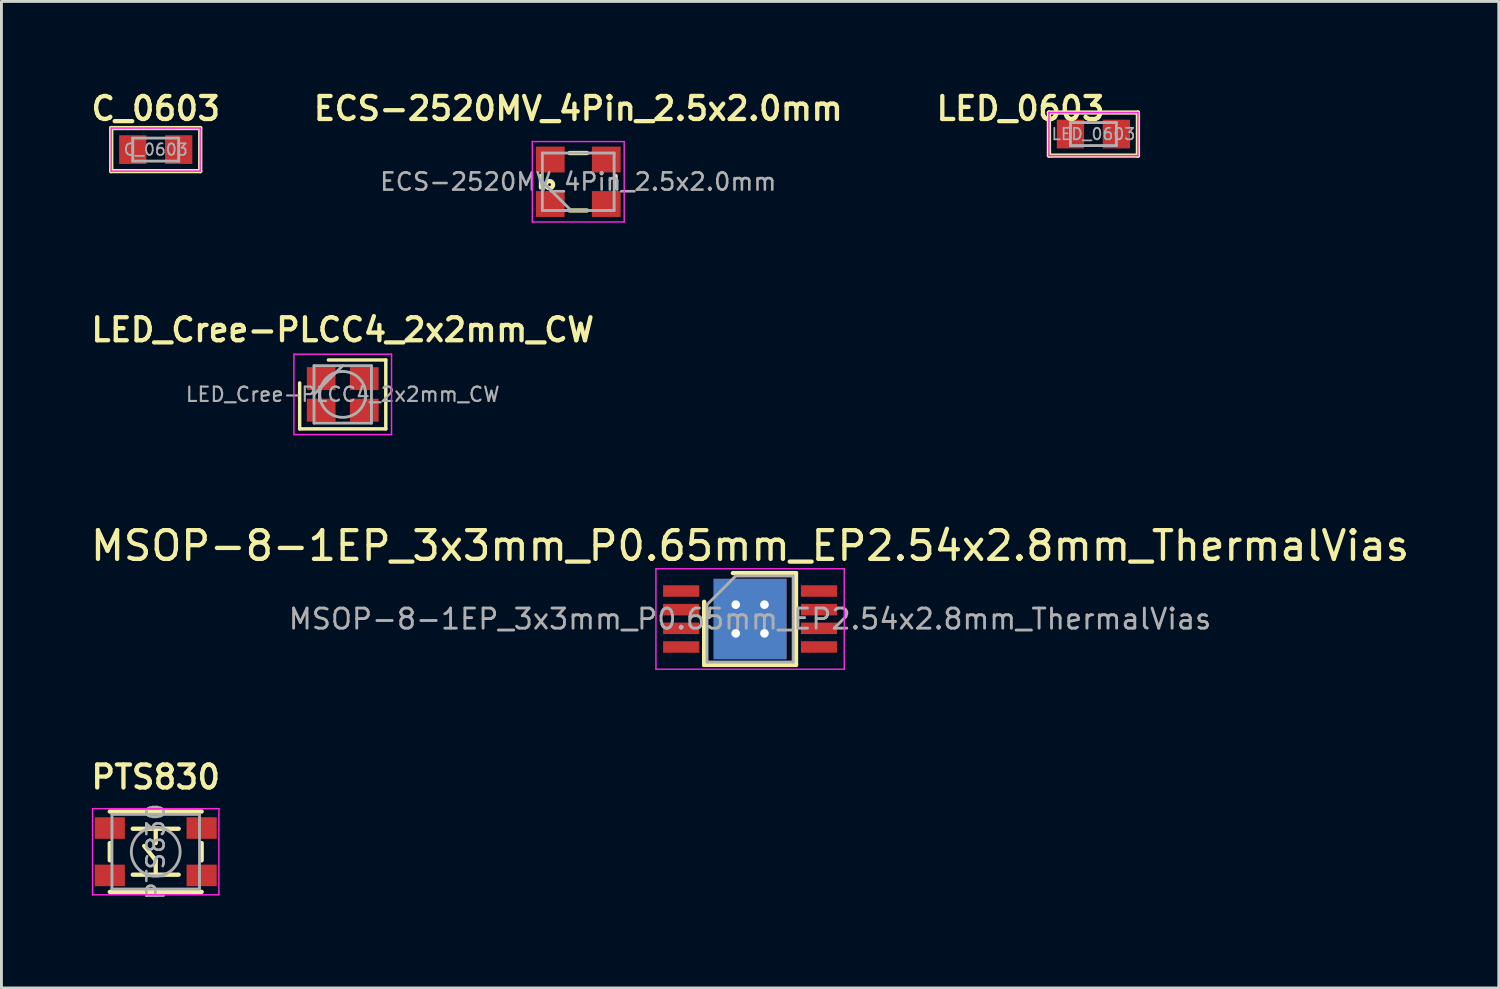
<source format=kicad_pcb>
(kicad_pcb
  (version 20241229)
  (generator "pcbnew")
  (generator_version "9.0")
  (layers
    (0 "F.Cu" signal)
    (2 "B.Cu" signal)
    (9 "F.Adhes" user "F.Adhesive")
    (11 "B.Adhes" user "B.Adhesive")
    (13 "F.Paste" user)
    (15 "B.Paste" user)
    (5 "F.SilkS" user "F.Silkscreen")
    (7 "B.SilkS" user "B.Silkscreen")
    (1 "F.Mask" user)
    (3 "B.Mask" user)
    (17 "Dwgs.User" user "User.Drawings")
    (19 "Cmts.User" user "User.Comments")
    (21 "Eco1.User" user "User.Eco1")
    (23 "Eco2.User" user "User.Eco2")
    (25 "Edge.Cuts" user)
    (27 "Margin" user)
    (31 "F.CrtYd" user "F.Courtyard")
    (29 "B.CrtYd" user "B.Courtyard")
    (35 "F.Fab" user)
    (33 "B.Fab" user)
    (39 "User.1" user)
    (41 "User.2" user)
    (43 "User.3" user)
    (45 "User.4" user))
  (footprint "ECS-2520MV_4Pin_2.5x2.0mm"
    (layer "F.Cu")
    (at 17.092 3.281)
    (property "Reference" "ECS-2520MV_4Pin_2.5x2.0mm" (at 0 -2.55 0) (layer "F.SilkS") (effects (font (size 0.8 0.8) (thickness 0.15))))
    (attr smd)
    (fp_line (start -1.3 -0.2) (end -1.3 0.2) (stroke (width 0.15) (type solid)) (layer "F.SilkS"))
    (fp_line (start -0.3 -1) (end 0.3 -1) (stroke (width 0.15) (type solid)) (layer "F.SilkS"))
    (fp_line (start -0.3 1) (end 0.3 1) (stroke (width 0.15) (type solid)) (layer "F.SilkS"))
    (fp_line (start 1.3 -0.2) (end 1.3 0.2) (stroke (width 0.15) (type solid)) (layer "F.SilkS"))
    (fp_circle (center -1 0.1) (end -0.95 0.1) (stroke (width 0.15) (type solid)) (fill no) (layer "F.SilkS"))
    (fp_line (start -1.6 -1.4) (end -1.6 1.4) (stroke (width 0.05) (type solid)) (layer "F.CrtYd"))
    (fp_line (start -1.6 1.4) (end 1.6 1.4) (stroke (width 0.05) (type solid)) (layer "F.CrtYd"))
    (fp_line (start 1.6 -1.4) (end -1.6 -1.4) (stroke (width 0.05) (type solid)) (layer "F.CrtYd"))
    (fp_line (start 1.6 1.4) (end 1.6 -1.4) (stroke (width 0.05) (type solid)) (layer "F.CrtYd"))
    (fp_line (start -1.25 -1) (end -1.25 1) (stroke (width 0.1) (type solid)) (layer "F.Fab"))
    (fp_line (start -1.25 1) (end 1.25 1) (stroke (width 0.1) (type solid)) (layer "F.Fab"))
    (fp_line (start -1.25 0) (end -0.25 1) (stroke (width 0.1) (type solid)) (layer "F.Fab"))
    (fp_line (start 1.25 -1) (end -1.25 -1) (stroke (width 0.1) (type solid)) (layer "F.Fab"))
    (fp_line (start 1.25 1) (end 1.25 -1) (stroke (width 0.1) (type solid)) (layer "F.Fab"))
    (fp_text user "${REFERENCE}" (at 0 0 0) (layer "F.Fab") (effects (font (size 0.6 0.6) (thickness 0.09))))
    (pad "1" smd rect (at -0.975 0.775) (size 1 0.9) (layers "F.Cu" "F.Mask" "F.Paste"))
    (pad "2" smd rect (at 0.975 0.775) (size 1 0.9) (layers "F.Cu" "F.Mask" "F.Paste"))
    (pad "3" smd rect (at 0.975 -0.775) (size 1 0.9) (layers "F.Cu" "F.Mask" "F.Paste"))
    (pad "4" smd rect (at -0.975 -0.775) (size 1 0.9) (layers "F.Cu" "F.Mask" "F.Paste")))
  (footprint "LED_0603"
    (layer "F.Cu")
    (at 35.036 1.62)
    (property "Reference" "LED_0603" (at -2.54 -0.889 0) (layer "F.SilkS") (effects (font (size 0.8 0.8) (thickness 0.15))))
    (attr smd)
    (fp_line (start -1.55 -0.75) (end 1.55 -0.75) (stroke (width 0.15) (type solid)) (layer "F.SilkS"))
    (fp_line (start -1.55 0.75) (end -1.55 -0.75) (stroke (width 0.15) (type solid)) (layer "F.SilkS"))
    (fp_line (start 1.55 -0.75) (end 1.55 0.75) (stroke (width 0.15) (type solid)) (layer "F.SilkS"))
    (fp_line (start 1.55 0.75) (end -1.55 0.75) (stroke (width 0.15) (type solid)) (layer "F.SilkS"))
    (fp_line (start -1.55 -0.75) (end 1.55 -0.75) (stroke (width 0.05) (type solid)) (layer "F.CrtYd"))
    (fp_line (start -1.55 0.75) (end -1.55 -0.75) (stroke (width 0.05) (type solid)) (layer "F.CrtYd"))
    (fp_line (start 1.55 -0.75) (end 1.55 0.75) (stroke (width 0.05) (type solid)) (layer "F.CrtYd"))
    (fp_line (start 1.55 0.75) (end -1.55 0.75) (stroke (width 0.05) (type solid)) (layer "F.CrtYd"))
    (fp_line (start -0.8 -0.4) (end 0.8 -0.4) (stroke (width 0.1) (type solid)) (layer "F.Fab"))
    (fp_line (start -0.8 0.4) (end -0.8 -0.4) (stroke (width 0.1) (type solid)) (layer "F.Fab"))
    (fp_line (start 0.8 -0.4) (end 0.8 0.4) (stroke (width 0.1) (type solid)) (layer "F.Fab"))
    (fp_line (start 0.8 0.4) (end -0.8 0.4) (stroke (width 0.1) (type solid)) (layer "F.Fab"))
    (fp_text user "${REFERENCE}" (at 0 0 0) (layer "F.Fab") (effects (font (size 0.4 0.4) (thickness 0.06))))
    (pad "1" smd rect (at -0.8 0) (size 0.95 1) (layers "F.Cu" "F.Mask" "F.Paste"))
    (pad "2" smd rect (at 0.8 0) (size 0.95 1) (layers "F.Cu" "F.Mask" "F.Paste")))
  (footprint "C_0603"
    (layer "F.Cu")
    (at 2.374 2.161)
    (property "Reference" "C_0603" (at 0 -1.43 0) (layer "F.SilkS") (effects (font (size 0.8 0.8) (thickness 0.15))))
    (attr smd)
    (fp_line (start -1.55 -0.75) (end 1.55 -0.75) (stroke (width 0.15) (type solid)) (layer "F.SilkS"))
    (fp_line (start -1.55 0.75) (end -1.55 -0.75) (stroke (width 0.15) (type solid)) (layer "F.SilkS"))
    (fp_line (start 1.55 -0.75) (end 1.55 0.75) (stroke (width 0.15) (type solid)) (layer "F.SilkS"))
    (fp_line (start 1.55 0.75) (end -1.55 0.75) (stroke (width 0.15) (type solid)) (layer "F.SilkS"))
    (fp_line (start -1.55 -0.75) (end 1.55 -0.75) (stroke (width 0.05) (type solid)) (layer "F.CrtYd"))
    (fp_line (start -1.55 0.75) (end -1.55 -0.75) (stroke (width 0.05) (type solid)) (layer "F.CrtYd"))
    (fp_line (start 1.55 -0.75) (end 1.55 0.75) (stroke (width 0.05) (type solid)) (layer "F.CrtYd"))
    (fp_line (start 1.55 0.75) (end -1.55 0.75) (stroke (width 0.05) (type solid)) (layer "F.CrtYd"))
    (fp_line (start -0.8 -0.4) (end 0.8 -0.4) (stroke (width 0.1) (type solid)) (layer "F.Fab"))
    (fp_line (start -0.8 0.4) (end -0.8 -0.4) (stroke (width 0.1) (type solid)) (layer "F.Fab"))
    (fp_line (start 0.8 -0.4) (end 0.8 0.4) (stroke (width 0.1) (type solid)) (layer "F.Fab"))
    (fp_line (start 0.8 0.4) (end -0.8 0.4) (stroke (width 0.1) (type solid)) (layer "F.Fab"))
    (fp_text user "${REFERENCE}" (at 0 0 0) (layer "F.Fab") (effects (font (size 0.4 0.4) (thickness 0.06))))
    (pad "1" smd rect (at -0.8 0) (size 0.95 1) (layers "F.Cu" "F.Mask" "F.Paste"))
    (pad "2" smd rect (at 0.8 0) (size 0.95 1) (layers "F.Cu" "F.Mask" "F.Paste")))
  (footprint "LED_Cree-PLCC4_2x2mm_CW"
    (layer "F.Cu")
    (at 8.888 10.688)
    (property "Reference" "LED_Cree-PLCC4_2x2mm_CW" (at 0 -2.25 0) (layer "F.SilkS") (effects (font (size 0.8 0.8) (thickness 0.15))))
    (attr smd)
    (fp_line (start -1.5 1.2) (end -1.5 -0.4) (stroke (width 0.12) (type solid)) (layer "F.SilkS"))
    (fp_line (start -1.5 1.2) (end 1.5 1.2) (stroke (width 0.12) (type solid)) (layer "F.SilkS"))
    (fp_line (start -0.5 -1.2) (end 1.5 -1.2) (stroke (width 0.12) (type solid)) (layer "F.SilkS"))
    (fp_line (start 1.5 1.2) (end 1.5 -1.2) (stroke (width 0.12) (type solid)) (layer "F.SilkS"))
    (fp_line (start -1.7 -1.4) (end -1.7 1.4) (stroke (width 0.05) (type solid)) (layer "F.CrtYd"))
    (fp_line (start -1.7 1.4) (end 1.7 1.4) (stroke (width 0.05) (type solid)) (layer "F.CrtYd"))
    (fp_line (start 1.7 -1.4) (end -1.7 -1.4) (stroke (width 0.05) (type solid)) (layer "F.CrtYd"))
    (fp_line (start 1.7 1.4) (end 1.7 -1.4) (stroke (width 0.05) (type solid)) (layer "F.CrtYd"))
    (fp_line (start -1 -1) (end -1 1) (stroke (width 0.1) (type solid)) (layer "F.Fab"))
    (fp_line (start -1 1) (end 1 1) (stroke (width 0.1) (type solid)) (layer "F.Fab"))
    (fp_line (start 0 -1) (end -1 0) (stroke (width 0.1) (type solid)) (layer "F.Fab"))
    (fp_line (start 1 -1) (end -1 -1) (stroke (width 0.1) (type solid)) (layer "F.Fab"))
    (fp_line (start 1 1) (end 1 -1) (stroke (width 0.1) (type solid)) (layer "F.Fab"))
    (fp_circle (center 0 0) (end 0.8 0) (stroke (width 0.1) (type solid)) (fill no) (layer "F.Fab"))
    (fp_text user "${REFERENCE}" (at 0 0 0) (layer "F.Fab") (effects (font (size 0.5 0.5) (thickness 0.075))))
    (pad "1" smd rect (at -0.75 -0.55) (size 1 0.8) (layers "F.Cu" "F.Mask" "F.Paste"))
    (pad "2" smd rect (at 0.75 -0.55) (size 1 0.8) (layers "F.Cu" "F.Mask" "F.Paste"))
    (pad "3" smd rect (at 0.75 0.55) (size 1 0.8) (layers "F.Cu" "F.Mask" "F.Paste"))
    (pad "4" smd rect (at -0.75 0.55) (size 1 0.8) (layers "F.Cu" "F.Mask" "F.Paste")))
  (footprint "PTS830"
    (layer "F.Cu")
    (at 2.374 26.617)
    (property "Reference" "PTS830" (at 0 -2.6 0) (layer "F.SilkS") (effects (font (size 0.8 0.8) (thickness 0.15))))
    (attr smd)
    (fp_line (start -1.6 -1.4) (end 1.6 -1.4) (stroke (width 0.15) (type solid)) (layer "F.SilkS"))
    (fp_line (start -1.6 -0.3) (end -1.6 0.3) (stroke (width 0.15) (type solid)) (layer "F.SilkS"))
    (fp_line (start -0.8 -0.8) (end 0.8 -0.8) (stroke (width 0.15) (type solid)) (layer "F.SilkS"))
    (fp_line (start -0.8 0.8) (end 0.8 0.8) (stroke (width 0.15) (type solid)) (layer "F.SilkS"))
    (fp_line (start 0 -0.8) (end 0 -0.3) (stroke (width 0.15) (type solid)) (layer "F.SilkS"))
    (fp_line (start 0 0.3) (end -0.4 -0.2) (stroke (width 0.15) (type solid)) (layer "F.SilkS"))
    (fp_line (start 0 0.8) (end 0 0.3) (stroke (width 0.15) (type solid)) (layer "F.SilkS"))
    (fp_line (start 1.6 -0.3) (end 1.6 0.3) (stroke (width 0.15) (type solid)) (layer "F.SilkS"))
    (fp_line (start 1.6 1.4) (end -1.6 1.4) (stroke (width 0.15) (type solid)) (layer "F.SilkS"))
    (fp_line (start -2.2 -1.5) (end 2.2 -1.5) (stroke (width 0.05) (type solid)) (layer "F.CrtYd"))
    (fp_line (start -2.2 1.5) (end -2.2 -1.5) (stroke (width 0.05) (type solid)) (layer "F.CrtYd"))
    (fp_line (start 2.2 -1.5) (end 2.2 1.5) (stroke (width 0.05) (type solid)) (layer "F.CrtYd"))
    (fp_line (start 2.2 1.5) (end -2.2 1.5) (stroke (width 0.05) (type solid)) (layer "F.CrtYd"))
    (fp_line (start -1.525 -1.3) (end -1.525 1.3) (stroke (width 0.1) (type solid)) (layer "F.Fab"))
    (fp_line (start -1.525 1.3) (end 1.525 1.3) (stroke (width 0.1) (type solid)) (layer "F.Fab"))
    (fp_line (start 1.525 -1.3) (end -1.525 -1.3) (stroke (width 0.1) (type solid)) (layer "F.Fab"))
    (fp_line (start 1.525 1.3) (end 1.525 -1.3) (stroke (width 0.1) (type solid)) (layer "F.Fab"))
    (fp_circle (center 0 0) (end 0.85 0) (stroke (width 0.1) (type solid)) (fill no) (layer "F.Fab"))
    (fp_text user "${REFERENCE}" (at 0 0 90) (layer "F.Fab") (effects (font (size 0.6 0.6) (thickness 0.09))))
    (pad "1" smd rect (at -1.6 -0.825) (size 1.05 0.75) (layers "F.Cu" "F.Mask" "F.Paste"))
    (pad "1" smd rect (at 1.6 -0.825) (size 1.05 0.75) (layers "F.Cu" "F.Mask" "F.Paste"))
    (pad "2" smd rect (at -1.6 0.825) (size 1.05 0.75) (layers "F.Cu" "F.Mask" "F.Paste"))
    (pad "2" smd rect (at 1.6 0.825) (size 1.05 0.75) (layers "F.Cu" "F.Mask" "F.Paste")))
  (footprint "MSOP-8-1EP_3x3mm_P0.65mm_EP2.54x2.8mm_ThermalVias"
    (layer "F.Cu")
    (at 23.077 18.511)
    (property "Reference" "MSOP-8-1EP_3x3mm_P0.65mm_EP2.54x2.8mm_ThermalVias" (at 0 -2.55 0) (layer "F.SilkS") (effects (font (size 1 1) (thickness 0.15))))
    (attr smd)
    (fp_line (start -1.6 1.6) (end -1.6 -0.6) (stroke (width 0.15) (type solid)) (layer "F.SilkS"))
    (fp_line (start -1.6 1.6) (end 1.6 1.6) (stroke (width 0.15) (type solid)) (layer "F.SilkS"))
    (fp_line (start -0.6 -1.6) (end 1.6 -1.6) (stroke (width 0.15) (type solid)) (layer "F.SilkS"))
    (fp_line (start 1.6 1.6) (end 1.6 -1.6) (stroke (width 0.15) (type solid)) (layer "F.SilkS"))
    (fp_line (start -3.28 -1.75) (end -3.28 1.75) (stroke (width 0.05) (type solid)) (layer "F.CrtYd"))
    (fp_line (start -3.28 -1.75) (end 3.28 -1.75) (stroke (width 0.05) (type solid)) (layer "F.CrtYd"))
    (fp_line (start -3.28 1.75) (end 3.28 1.75) (stroke (width 0.05) (type solid)) (layer "F.CrtYd"))
    (fp_line (start 3.28 -1.75) (end 3.28 1.75) (stroke (width 0.05) (type solid)) (layer "F.CrtYd"))
    (fp_line (start -1.5 -0.5) (end -0.5 -1.5) (stroke (width 0.1) (type solid)) (layer "F.Fab"))
    (fp_line (start -1.5 1.5) (end -1.5 -0.5) (stroke (width 0.1) (type solid)) (layer "F.Fab"))
    (fp_line (start -0.5 -1.5) (end 1.5 -1.5) (stroke (width 0.1) (type solid)) (layer "F.Fab"))
    (fp_line (start 1.5 -1.5) (end 1.5 1.5) (stroke (width 0.1) (type solid)) (layer "F.Fab"))
    (fp_line (start 1.5 1.5) (end -1.5 1.5) (stroke (width 0.1) (type solid)) (layer "F.Fab"))
    (fp_text user "${REFERENCE}" (at 0 0 0) (layer "F.Fab") (effects (font (size 0.7 0.7) (thickness 0.1))))
    (pad "" smd rect (at 0 -1.025) (size 2.4 0.65) (layers "F.Paste"))
    (pad "" smd rect (at 0 0) (size 2.4 0.65) (layers "F.Paste"))
    (pad "" smd rect (at 0 1.025) (size 2.4 0.65) (layers "F.Paste"))
    (pad "1" smd rect (at -2.4 -0.975) (size 1.26 0.4) (layers "F.Cu" "F.Mask" "F.Paste"))
    (pad "2" smd rect (at -2.4 -0.325) (size 1.26 0.4) (layers "F.Cu" "F.Mask" "F.Paste"))
    (pad "3" smd rect (at -2.4 0.325) (size 1.26 0.4) (layers "F.Cu" "F.Mask" "F.Paste"))
    (pad "4" smd rect (at -2.4 0.975) (size 1.26 0.4) (layers "F.Cu" "F.Mask" "F.Paste"))
    (pad "5" smd rect (at 2.4 0.975) (size 1.26 0.4) (layers "F.Cu" "F.Mask" "F.Paste"))
    (pad "6" smd rect (at 2.4 0.325) (size 1.26 0.4) (layers "F.Cu" "F.Mask" "F.Paste"))
    (pad "7" smd rect (at 2.4 -0.325) (size 1.26 0.4) (layers "F.Cu" "F.Mask" "F.Paste"))
    (pad "8" smd rect (at 2.4 -0.975) (size 1.26 0.4) (layers "F.Cu" "F.Mask" "F.Paste"))
    (pad "9" thru_hole circle (at -0.5 -0.5) (size 0.6 0.6) (drill 0.3) (layers "*.Cu" "*.Mask"))
    (pad "9" thru_hole circle (at -0.5 0.5) (size 0.6 0.6) (drill 0.3) (layers "*.Cu" "*.Mask"))
    (pad "9" smd rect (at 0 0) (size 2.54 2.8) (layers "F.Cu" "F.Mask"))
    (pad "9" smd rect (at 0 0) (size 2.54 2.8) (layers "B.Cu" "B.Mask"))
    (pad "9" thru_hole circle (at 0.5 -0.5) (size 0.6 0.6) (drill 0.3) (layers "*.Cu" "*.Mask"))
    (pad "9" thru_hole circle (at 0.5 0.5) (size 0.6 0.6) (drill 0.3) (layers "*.Cu" "*.Mask")))
  (gr_rect
    (start -3 -3)
    (end 49.155 31.363)
    (stroke (width 0.1) (type default))
    (fill no)
    (layer "Edge.Cuts")))
</source>
